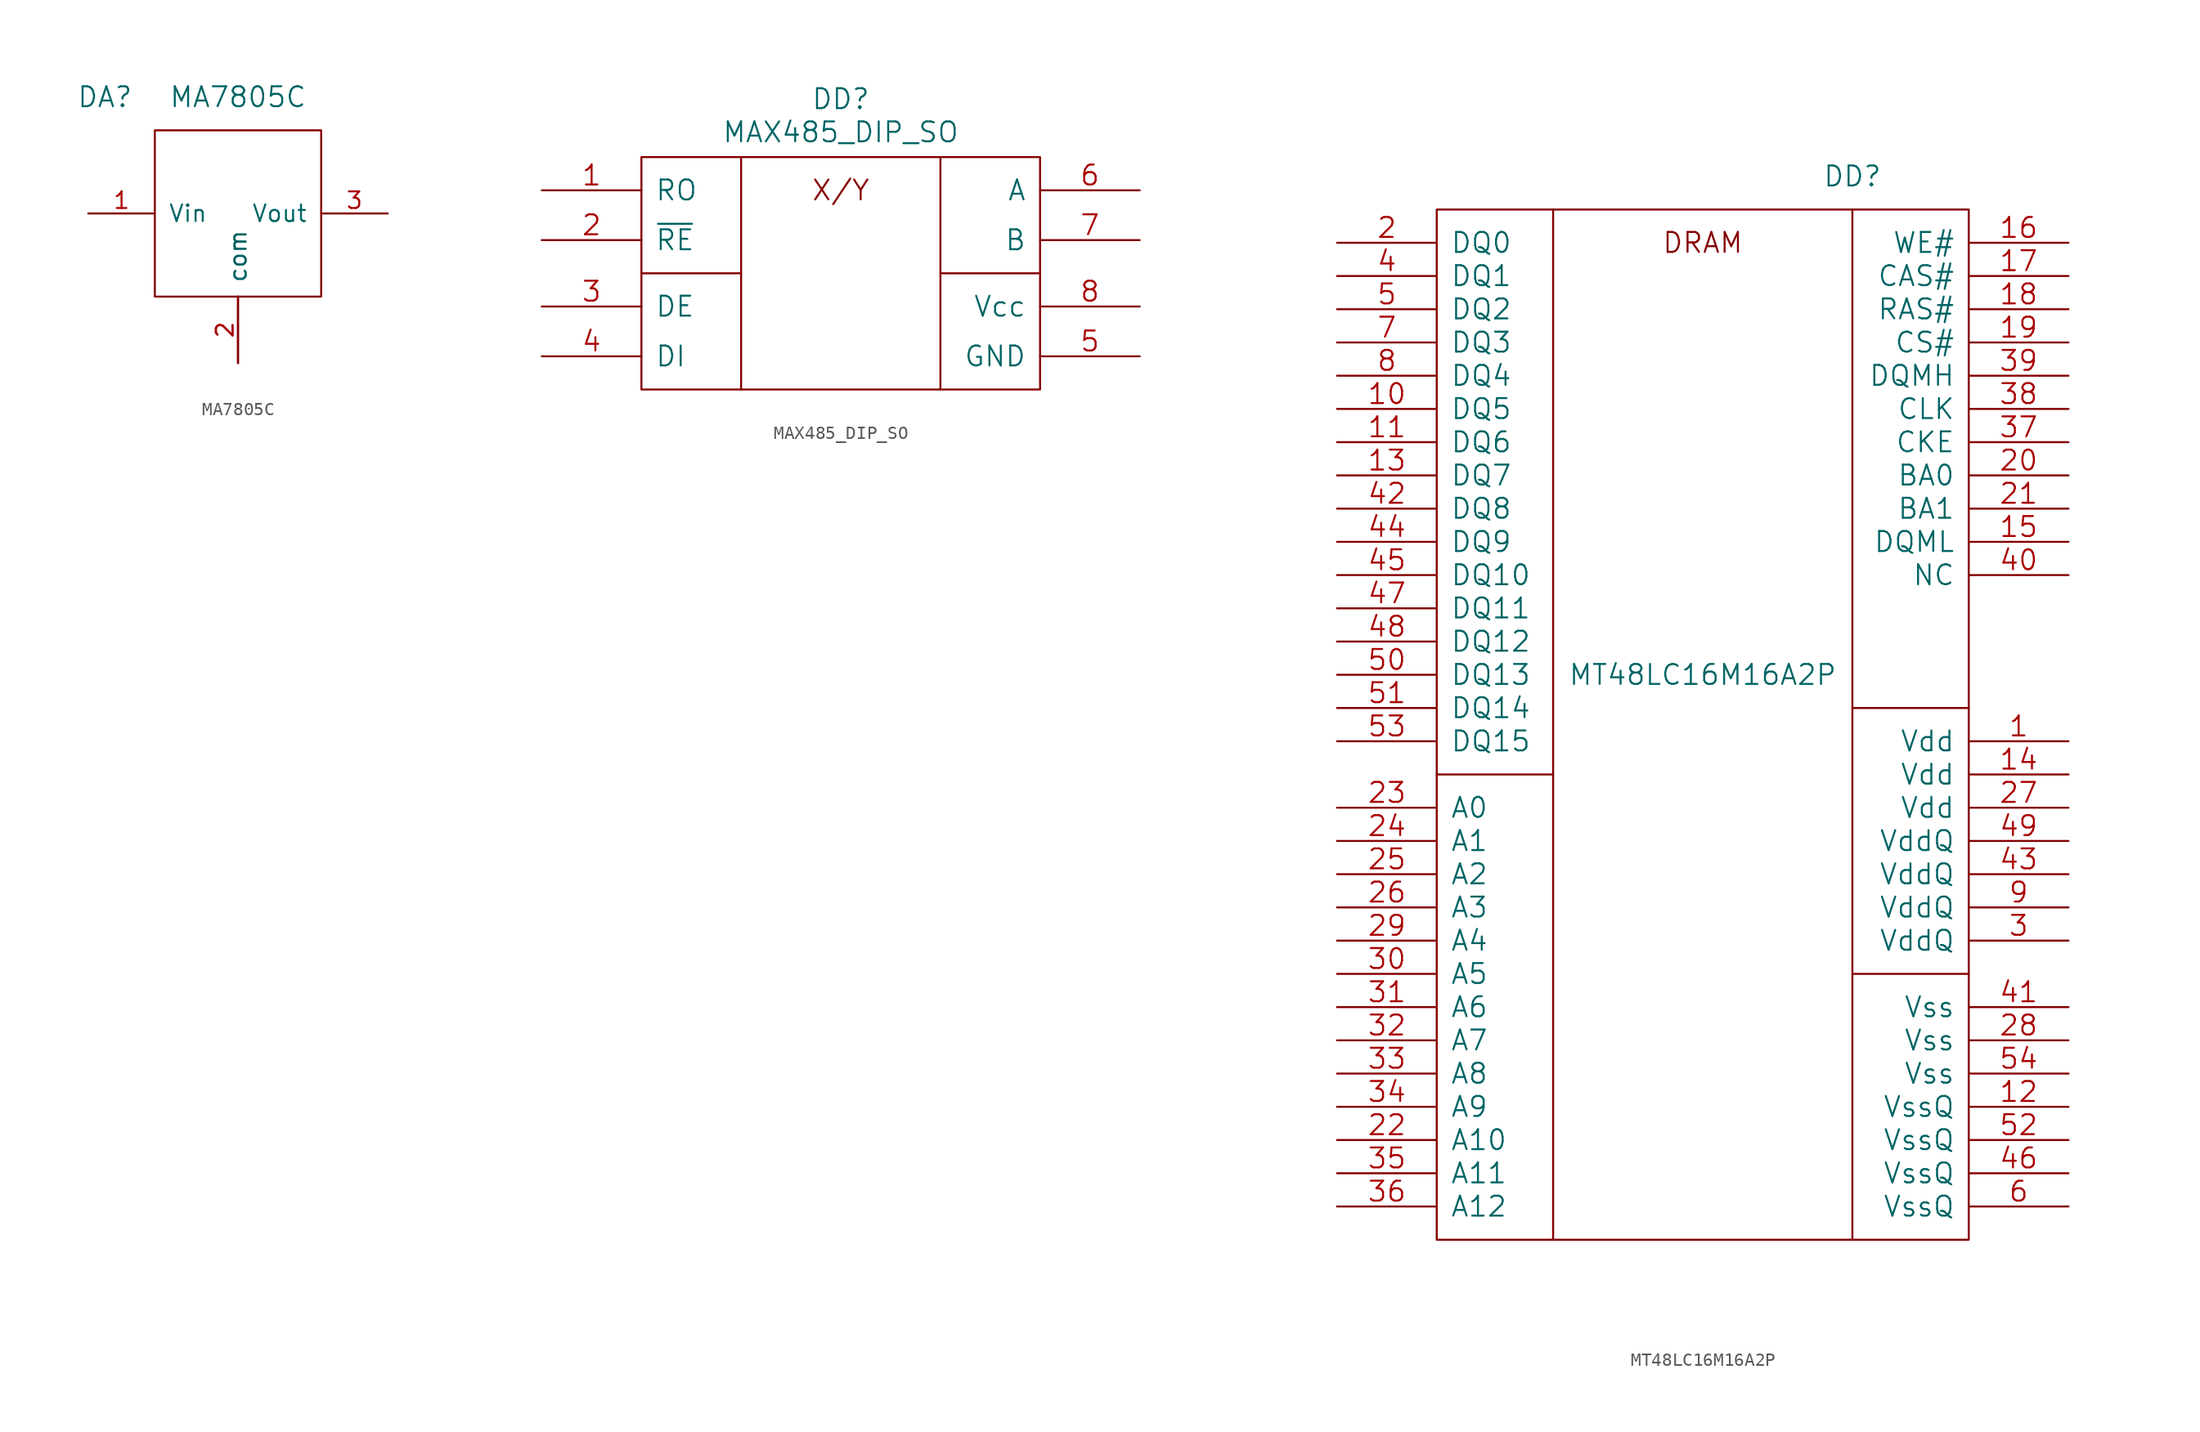
<source format=kicad_sym>
(kicad_symbol_lib
  (version 20211014)
  (generator kicad_symbol_editor)
  (symbol "MA7805C"
    (pin_names
      (offset 1.016))
    (property "Reference" "DA"
      (at -3.81 2.54 0)
      (effects (font (size 1.524 1.524))))
    (property "Value" "MA7805C"
      (at 6.35 2.54 0)
      (effects (font (size 1.524 1.524))))
    (property "Footprint" ""
      (at 0 0 0)
      (effects (font (size 1.524 1.524))))
    (property "Datasheet" ""
      (at 0 0 0)
      (effects (font (size 1.524 1.524))))
    (symbol "MA7805C_0_1"
      (polyline (pts (xy 0 0) (xy 12.7 0) (xy 12.7 -12.7) (xy 0 -12.7) (xy 0 0) (xy 0 0)) (stroke (width 0) (type default) (color 0 0 0 0)) (fill (type none))))
    (symbol "MA7805C_1_1"
      (pin passive line (at -5.08 -6.35 0) (length 5.08) (name "Vin" (effects (font (size 1.27 1.27)))) (number "1" (effects (font (size 1.27 1.27)))))
      (pin passive line (at 6.35 -17.78 90) (length 5.08) (name "com" (effects (font (size 1.27 1.27)))) (number "2" (effects (font (size 1.27 1.27)))))
      (pin passive line (at 6.35 -17.78 90) (length 5.08) (name "com" (effects (font (size 1.27 1.27)))) (number "2" (effects (font (size 1.27 1.27)))))
      (pin passive line (at 17.78 -6.35 180) (length 5.08) (name "Vout" (effects (font (size 1.27 1.27)))) (number "3" (effects (font (size 1.27 1.27)))))))
  (symbol "MAX485_DIP_SO"
    (pin_names
      (offset 1.016))
    (property "Reference" "DD"
      (at 15.24 4.445 0)
      (effects (font (size 1.524 1.524))))
    (property "Value" "MAX485_DIP_SO"
      (at 15.24 1.905 0)
      (effects (font (size 1.524 1.524))))
    (property "Footprint" ""
      (at 0 0 0)
      (effects (font (size 1.524 1.524))))
    (property "Datasheet" ""
      (at 0 0 0)
      (effects (font (size 1.524 1.524))))
    (symbol "MAX485_DIP_SO_0_0"
      (text "X/Y" (at 15.24 -2.54 0) (effects (font (size 1.524 1.524))))
      (pin output line (at -7.62 -2.54 0) (length 7.62) (name "RO" (effects (font (size 1.524 1.524)))) (number "1" (effects (font (size 1.524 1.524)))))
      (pin input line (at -7.62 -6.35 0) (length 7.62) (name "~{RE}" (effects (font (size 1.524 1.524)))) (number "2" (effects (font (size 1.524 1.524)))))
      (pin input line (at -7.62 -11.43 0) (length 7.62) (name "DE" (effects (font (size 1.524 1.524)))) (number "3" (effects (font (size 1.524 1.524)))))
      (pin input line (at -7.62 -15.24 0) (length 7.62) (name "DI" (effects (font (size 1.524 1.524)))) (number "4" (effects (font (size 1.524 1.524)))))
      (pin power_out line (at 38.1 -15.24 180) (length 7.62) (name "GND" (effects (font (size 1.524 1.524)))) (number "5" (effects (font (size 1.524 1.524)))))
      (pin tri_state line (at 38.1 -2.54 180) (length 7.62) (name "A" (effects (font (size 1.524 1.524)))) (number "6" (effects (font (size 1.524 1.524)))))
      (pin tri_state line (at 38.1 -6.35 180) (length 7.62) (name "B" (effects (font (size 1.524 1.524)))) (number "7" (effects (font (size 1.524 1.524)))))
      (pin power_in line (at 38.1 -11.43 180) (length 7.62) (name "Vcc" (effects (font (size 1.524 1.524)))) (number "8" (effects (font (size 1.524 1.524))))))
    (symbol "MAX485_DIP_SO_0_1"
      (polyline (pts (xy 0 -8.89) (xy 7.62 -8.89)) (stroke (width 0) (type default) (color 0 0 0 0)) (fill (type none)))
      (polyline (pts (xy 7.62 -17.78) (xy 7.62 0)) (stroke (width 0) (type default) (color 0 0 0 0)) (fill (type none)))
      (polyline (pts (xy 22.86 -17.78) (xy 22.86 0)) (stroke (width 0) (type default) (color 0 0 0 0)) (fill (type none)))
      (polyline (pts (xy 22.86 -8.89) (xy 30.48 -8.89)) (stroke (width 0) (type default) (color 0 0 0 0)) (fill (type none)))
      (rectangle (start 0 0) (end 30.48 -17.78) (stroke (width 0) (type default) (color 0 0 0 0)) (fill (type none)))))
  (symbol "MT48LC16M16A2P"
    (pin_names
      (offset 1.016))
    (property "Reference" "DD"
      (at 31.75 2.54 0)
      (effects (font (size 1.524 1.524))))
    (property "Value" "MT48LC16M16A2P"
      (at 20.32 -35.56 0)
      (effects (font (size 1.524 1.524))))
    (property "Footprint" ""
      (at 0 0 0)
      (effects (font (size 1.524 1.524))))
    (property "Datasheet" ""
      (at 0 0 0)
      (effects (font (size 1.524 1.524))))
    (symbol "MT48LC16M16A2P_0_0"
      (text "DRAM" (at 20.32 -2.54 0) (effects (font (size 1.524 1.524))))
      (pin input line (at 48.26 -40.64 180) (length 7.62) (name "Vdd" (effects (font (size 1.524 1.524)))) (number "1" (effects (font (size 1.524 1.524)))))
      (pin input line (at -7.62 -15.24 0) (length 7.62) (name "DQ5" (effects (font (size 1.524 1.524)))) (number "10" (effects (font (size 1.524 1.524)))))
      (pin input line (at -7.62 -17.78 0) (length 7.62) (name "DQ6" (effects (font (size 1.524 1.524)))) (number "11" (effects (font (size 1.524 1.524)))))
      (pin input line (at 48.26 -68.58 180) (length 7.62) (name "VssQ" (effects (font (size 1.524 1.524)))) (number "12" (effects (font (size 1.524 1.524)))))
      (pin input line (at -7.62 -20.32 0) (length 7.62) (name "DQ7" (effects (font (size 1.524 1.524)))) (number "13" (effects (font (size 1.524 1.524)))))
      (pin input line (at 48.26 -43.18 180) (length 7.62) (name "Vdd" (effects (font (size 1.524 1.524)))) (number "14" (effects (font (size 1.524 1.524)))))
      (pin input line (at 48.26 -25.4 180) (length 7.62) (name "DQML" (effects (font (size 1.524 1.524)))) (number "15" (effects (font (size 1.524 1.524)))))
      (pin input line (at 48.26 -2.54 180) (length 7.62) (name "WE#" (effects (font (size 1.524 1.524)))) (number "16" (effects (font (size 1.524 1.524)))))
      (pin input line (at 48.26 -5.08 180) (length 7.62) (name "CAS#" (effects (font (size 1.524 1.524)))) (number "17" (effects (font (size 1.524 1.524)))))
      (pin input line (at 48.26 -7.62 180) (length 7.62) (name "RAS#" (effects (font (size 1.524 1.524)))) (number "18" (effects (font (size 1.524 1.524)))))
      (pin input line (at 48.26 -10.16 180) (length 7.62) (name "CS#" (effects (font (size 1.524 1.524)))) (number "19" (effects (font (size 1.524 1.524)))))
      (pin input line (at -7.62 -2.54 0) (length 7.62) (name "DQ0" (effects (font (size 1.524 1.524)))) (number "2" (effects (font (size 1.524 1.524)))))
      (pin input line (at 48.26 -20.32 180) (length 7.62) (name "BA0" (effects (font (size 1.524 1.524)))) (number "20" (effects (font (size 1.524 1.524)))))
      (pin input line (at 48.26 -22.86 180) (length 7.62) (name "BA1" (effects (font (size 1.524 1.524)))) (number "21" (effects (font (size 1.524 1.524)))))
      (pin input line (at -7.62 -71.12 0) (length 7.62) (name "A10" (effects (font (size 1.524 1.524)))) (number "22" (effects (font (size 1.524 1.524)))))
      (pin input line (at -7.62 -45.72 0) (length 7.62) (name "A0" (effects (font (size 1.524 1.524)))) (number "23" (effects (font (size 1.524 1.524)))))
      (pin input line (at -7.62 -48.26 0) (length 7.62) (name "A1" (effects (font (size 1.524 1.524)))) (number "24" (effects (font (size 1.524 1.524)))))
      (pin input line (at -7.62 -50.8 0) (length 7.62) (name "A2" (effects (font (size 1.524 1.524)))) (number "25" (effects (font (size 1.524 1.524)))))
      (pin input line (at -7.62 -53.34 0) (length 7.62) (name "A3" (effects (font (size 1.524 1.524)))) (number "26" (effects (font (size 1.524 1.524)))))
      (pin input line (at 48.26 -45.72 180) (length 7.62) (name "Vdd" (effects (font (size 1.524 1.524)))) (number "27" (effects (font (size 1.524 1.524)))))
      (pin input line (at 48.26 -63.5 180) (length 7.62) (name "Vss" (effects (font (size 1.524 1.524)))) (number "28" (effects (font (size 1.524 1.524)))))
      (pin input line (at -7.62 -55.88 0) (length 7.62) (name "A4" (effects (font (size 1.524 1.524)))) (number "29" (effects (font (size 1.524 1.524)))))
      (pin input line (at 48.26 -55.88 180) (length 7.62) (name "VddQ" (effects (font (size 1.524 1.524)))) (number "3" (effects (font (size 1.524 1.524)))))
      (pin input line (at -7.62 -58.42 0) (length 7.62) (name "A5" (effects (font (size 1.524 1.524)))) (number "30" (effects (font (size 1.524 1.524)))))
      (pin input line (at -7.62 -60.96 0) (length 7.62) (name "A6" (effects (font (size 1.524 1.524)))) (number "31" (effects (font (size 1.524 1.524)))))
      (pin input line (at -7.62 -63.5 0) (length 7.62) (name "A7" (effects (font (size 1.524 1.524)))) (number "32" (effects (font (size 1.524 1.524)))))
      (pin input line (at -7.62 -66.04 0) (length 7.62) (name "A8" (effects (font (size 1.524 1.524)))) (number "33" (effects (font (size 1.524 1.524)))))
      (pin input line (at -7.62 -68.58 0) (length 7.62) (name "A9" (effects (font (size 1.524 1.524)))) (number "34" (effects (font (size 1.524 1.524)))))
      (pin input line (at -7.62 -73.66 0) (length 7.62) (name "A11" (effects (font (size 1.524 1.524)))) (number "35" (effects (font (size 1.524 1.524)))))
      (pin input line (at -7.62 -76.2 0) (length 7.62) (name "A12" (effects (font (size 1.524 1.524)))) (number "36" (effects (font (size 1.524 1.524)))))
      (pin input line (at 48.26 -17.78 180) (length 7.62) (name "CKE" (effects (font (size 1.524 1.524)))) (number "37" (effects (font (size 1.524 1.524)))))
      (pin input line (at 48.26 -15.24 180) (length 7.62) (name "CLK" (effects (font (size 1.524 1.524)))) (number "38" (effects (font (size 1.524 1.524)))))
      (pin input line (at 48.26 -12.7 180) (length 7.62) (name "DQMH" (effects (font (size 1.524 1.524)))) (number "39" (effects (font (size 1.524 1.524)))))
      (pin input line (at -7.62 -5.08 0) (length 7.62) (name "DQ1" (effects (font (size 1.524 1.524)))) (number "4" (effects (font (size 1.524 1.524)))))
      (pin input line (at 48.26 -27.94 180) (length 7.62) (name "NC" (effects (font (size 1.524 1.524)))) (number "40" (effects (font (size 1.524 1.524)))))
      (pin input line (at 48.26 -60.96 180) (length 7.62) (name "Vss" (effects (font (size 1.524 1.524)))) (number "41" (effects (font (size 1.524 1.524)))))
      (pin input line (at -7.62 -22.86 0) (length 7.62) (name "DQ8" (effects (font (size 1.524 1.524)))) (number "42" (effects (font (size 1.524 1.524)))))
      (pin input line (at 48.26 -50.8 180) (length 7.62) (name "VddQ" (effects (font (size 1.524 1.524)))) (number "43" (effects (font (size 1.524 1.524)))))
      (pin input line (at -7.62 -25.4 0) (length 7.62) (name "DQ9" (effects (font (size 1.524 1.524)))) (number "44" (effects (font (size 1.524 1.524)))))
      (pin input line (at -7.62 -27.94 0) (length 7.62) (name "DQ10" (effects (font (size 1.524 1.524)))) (number "45" (effects (font (size 1.524 1.524)))))
      (pin input line (at 48.26 -73.66 180) (length 7.62) (name "VssQ" (effects (font (size 1.524 1.524)))) (number "46" (effects (font (size 1.524 1.524)))))
      (pin input line (at -7.62 -30.48 0) (length 7.62) (name "DQ11" (effects (font (size 1.524 1.524)))) (number "47" (effects (font (size 1.524 1.524)))))
      (pin input line (at -7.62 -33.02 0) (length 7.62) (name "DQ12" (effects (font (size 1.524 1.524)))) (number "48" (effects (font (size 1.524 1.524)))))
      (pin input line (at 48.26 -48.26 180) (length 7.62) (name "VddQ" (effects (font (size 1.524 1.524)))) (number "49" (effects (font (size 1.524 1.524)))))
      (pin input line (at -7.62 -7.62 0) (length 7.62) (name "DQ2" (effects (font (size 1.524 1.524)))) (number "5" (effects (font (size 1.524 1.524)))))
      (pin input line (at -7.62 -35.56 0) (length 7.62) (name "DQ13" (effects (font (size 1.524 1.524)))) (number "50" (effects (font (size 1.524 1.524)))))
      (pin input line (at -7.62 -38.1 0) (length 7.62) (name "DQ14" (effects (font (size 1.524 1.524)))) (number "51" (effects (font (size 1.524 1.524)))))
      (pin input line (at 48.26 -71.12 180) (length 7.62) (name "VssQ" (effects (font (size 1.524 1.524)))) (number "52" (effects (font (size 1.524 1.524)))))
      (pin input line (at -7.62 -40.64 0) (length 7.62) (name "DQ15" (effects (font (size 1.524 1.524)))) (number "53" (effects (font (size 1.524 1.524)))))
      (pin input line (at 48.26 -66.04 180) (length 7.62) (name "Vss" (effects (font (size 1.524 1.524)))) (number "54" (effects (font (size 1.524 1.524)))))
      (pin input line (at 48.26 -76.2 180) (length 7.62) (name "VssQ" (effects (font (size 1.524 1.524)))) (number "6" (effects (font (size 1.524 1.524)))))
      (pin input line (at -7.62 -10.16 0) (length 7.62) (name "DQ3" (effects (font (size 1.524 1.524)))) (number "7" (effects (font (size 1.524 1.524)))))
      (pin input line (at -7.62 -12.7 0) (length 7.62) (name "DQ4" (effects (font (size 1.524 1.524)))) (number "8" (effects (font (size 1.524 1.524)))))
      (pin input line (at 48.26 -53.34 180) (length 7.62) (name "VddQ" (effects (font (size 1.524 1.524)))) (number "9" (effects (font (size 1.524 1.524))))))
    (symbol "MT48LC16M16A2P_0_1"
      (polyline (pts (xy 0 -43.18) (xy 8.89 -43.18)) (stroke (width 0) (type default) (color 0 0 0 0)) (fill (type none)))
      (polyline (pts (xy 8.89 0) (xy 8.89 -78.74)) (stroke (width 0) (type default) (color 0 0 0 0)) (fill (type none)))
      (polyline (pts (xy 31.75 -58.42) (xy 40.64 -58.42)) (stroke (width 0) (type default) (color 0 0 0 0)) (fill (type none)))
      (polyline (pts (xy 31.75 -38.1) (xy 40.64 -38.1)) (stroke (width 0) (type default) (color 0 0 0 0)) (fill (type none)))
      (polyline (pts (xy 31.75 0) (xy 31.75 -78.74)) (stroke (width 0) (type default) (color 0 0 0 0)) (fill (type none)))
      (rectangle (start 0 0) (end 40.64 -78.74) (stroke (width 0) (type default) (color 0 0 0 0)) (fill (type none))))))
</source>
